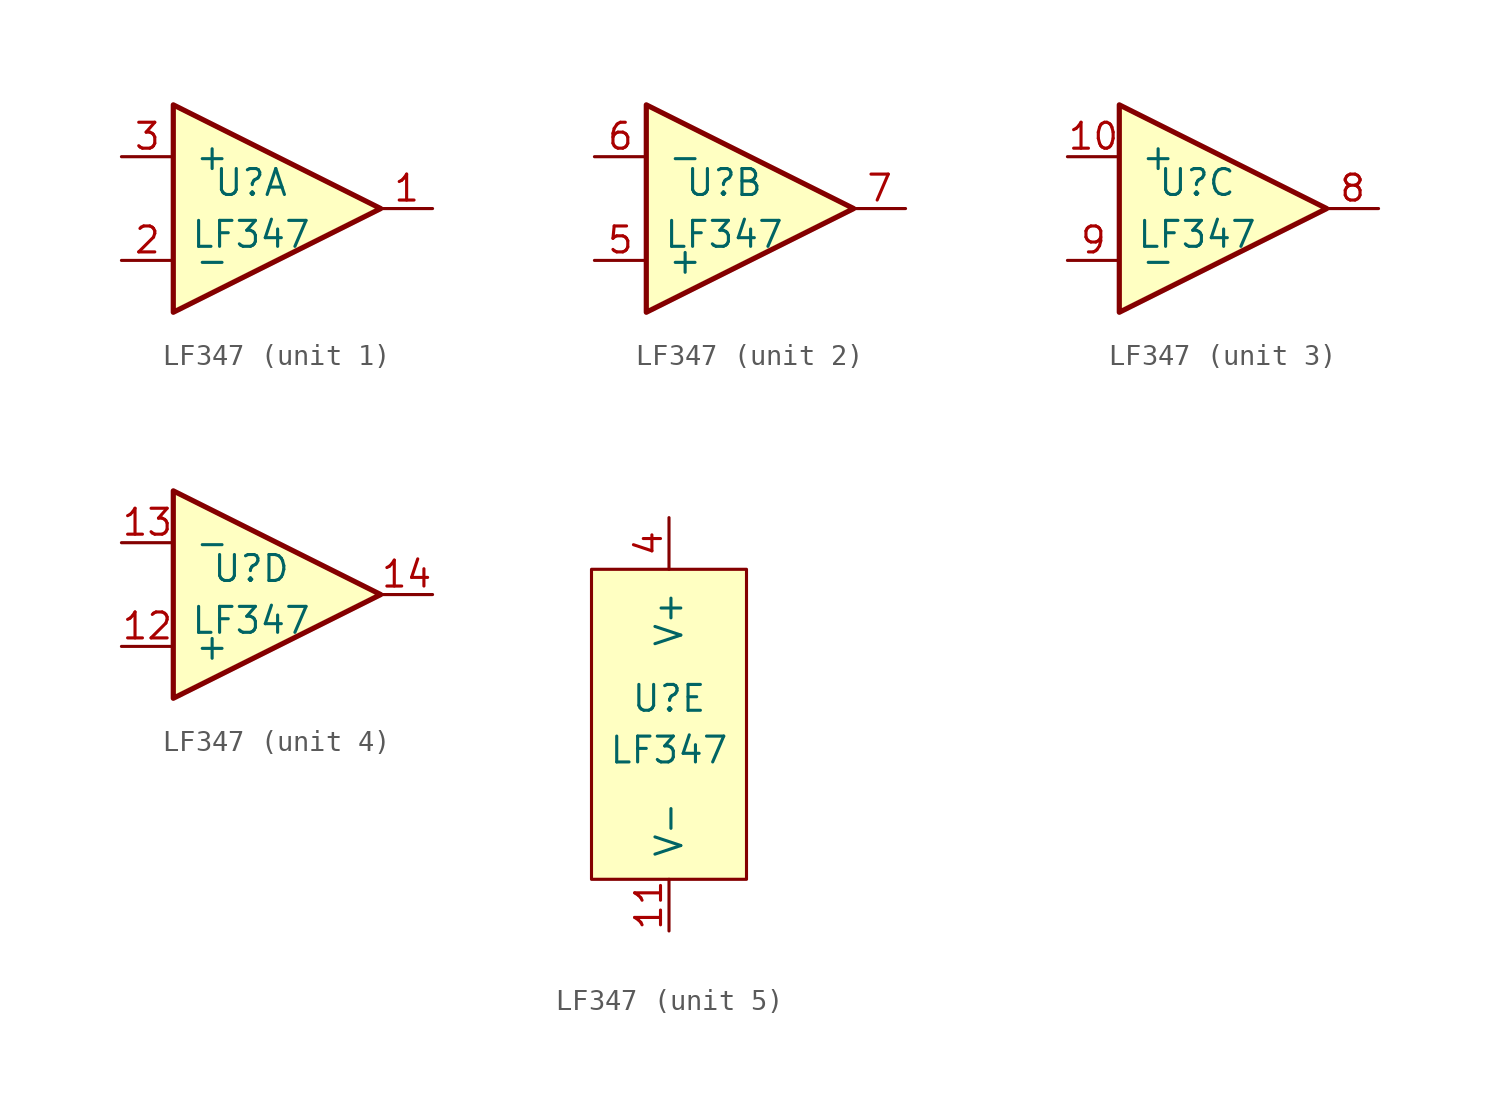
<source format=kicad_sym>
(kicad_symbol_lib
  (version 20231120)
  (generator "kicad_symbol_editor")
  (generator_version "8.0")
  (symbol "LF347"
    (pin_names
      (offset 1.016))
    (property "Reference" "U"
      (at 0 1.27 0)
      (effects (font (size 1.27 1.27))))
    (property "Value" "LF347"
      (at 0 -1.27 0)
      (effects (font (size 1.27 1.27))))
    (property "ki_locked" ""
      (at 0 0 0)
      (effects (font (size 1.27 1.27))))
    (symbol "LF347_1_1"
      (polyline (pts (xy -3.81 5.08) (xy 6.35 0) (xy -3.81 -5.08) (xy -3.81 5.08)) (stroke (width 0.254) (type default)) (fill (type background)))
      (pin output line (at 8.89 0 180) (length 2.54) (name "~" (effects (font (size 1.27 1.27)))) (number "1" (effects (font (size 1.27 1.27)))))
      (pin input line (at -6.35 -2.54 0) (length 2.54) (name "-" (effects (font (size 1.27 1.27)))) (number "2" (effects (font (size 1.27 1.27)))))
      (pin input line (at -6.35 2.54 0) (length 2.54) (name "+" (effects (font (size 1.27 1.27)))) (number "3" (effects (font (size 1.27 1.27))))))
    (symbol "LF347_2_1"
      (polyline (pts (xy -3.81 5.08) (xy 6.35 0) (xy -3.81 -5.08) (xy -3.81 5.08)) (stroke (width 0.254) (type default)) (fill (type background)))
      (pin input line (at -6.35 -2.54 0) (length 2.54) (name "+" (effects (font (size 1.27 1.27)))) (number "5" (effects (font (size 1.27 1.27)))))
      (pin input line (at -6.35 2.54 0) (length 2.54) (name "-" (effects (font (size 1.27 1.27)))) (number "6" (effects (font (size 1.27 1.27)))))
      (pin output line (at 8.89 0 180) (length 2.54) (name "~" (effects (font (size 1.27 1.27)))) (number "7" (effects (font (size 1.27 1.27))))))
    (symbol "LF347_3_1"
      (polyline (pts (xy -3.81 5.08) (xy 6.35 0) (xy -3.81 -5.08) (xy -3.81 5.08)) (stroke (width 0.254) (type default)) (fill (type background)))
      (pin input line (at -6.35 2.54 0) (length 2.54) (name "+" (effects (font (size 1.27 1.27)))) (number "10" (effects (font (size 1.27 1.27)))))
      (pin output line (at 8.89 0 180) (length 2.54) (name "~" (effects (font (size 1.27 1.27)))) (number "8" (effects (font (size 1.27 1.27)))))
      (pin input line (at -6.35 -2.54 0) (length 2.54) (name "-" (effects (font (size 1.27 1.27)))) (number "9" (effects (font (size 1.27 1.27))))))
    (symbol "LF347_4_1"
      (polyline (pts (xy -3.81 5.08) (xy 6.35 0) (xy -3.81 -5.08) (xy -3.81 5.08)) (stroke (width 0.254) (type default)) (fill (type background)))
      (pin input line (at -6.35 -2.54 0) (length 2.54) (name "+" (effects (font (size 1.27 1.27)))) (number "12" (effects (font (size 1.27 1.27)))))
      (pin input line (at -6.35 2.54 0) (length 2.54) (name "-" (effects (font (size 1.27 1.27)))) (number "13" (effects (font (size 1.27 1.27)))))
      (pin output line (at 8.89 0 180) (length 2.54) (name "~" (effects (font (size 1.27 1.27)))) (number "14" (effects (font (size 1.27 1.27))))))
    (symbol "LF347_5_1"
      (rectangle (start -3.81 7.62) (end 3.81 -7.62) (stroke (width 0) (type default)) (fill (type background)))
      (pin passive line (at 0 -10.16 90) (length 2.54) (name "V-" (effects (font (size 1.27 1.27)))) (number "11" (effects (font (size 1.27 1.27)))))
      (pin passive line (at 0 10.16 270) (length 2.54) (name "V+" (effects (font (size 1.27 1.27)))) (number "4" (effects (font (size 1.27 1.27))))))))
</source>
